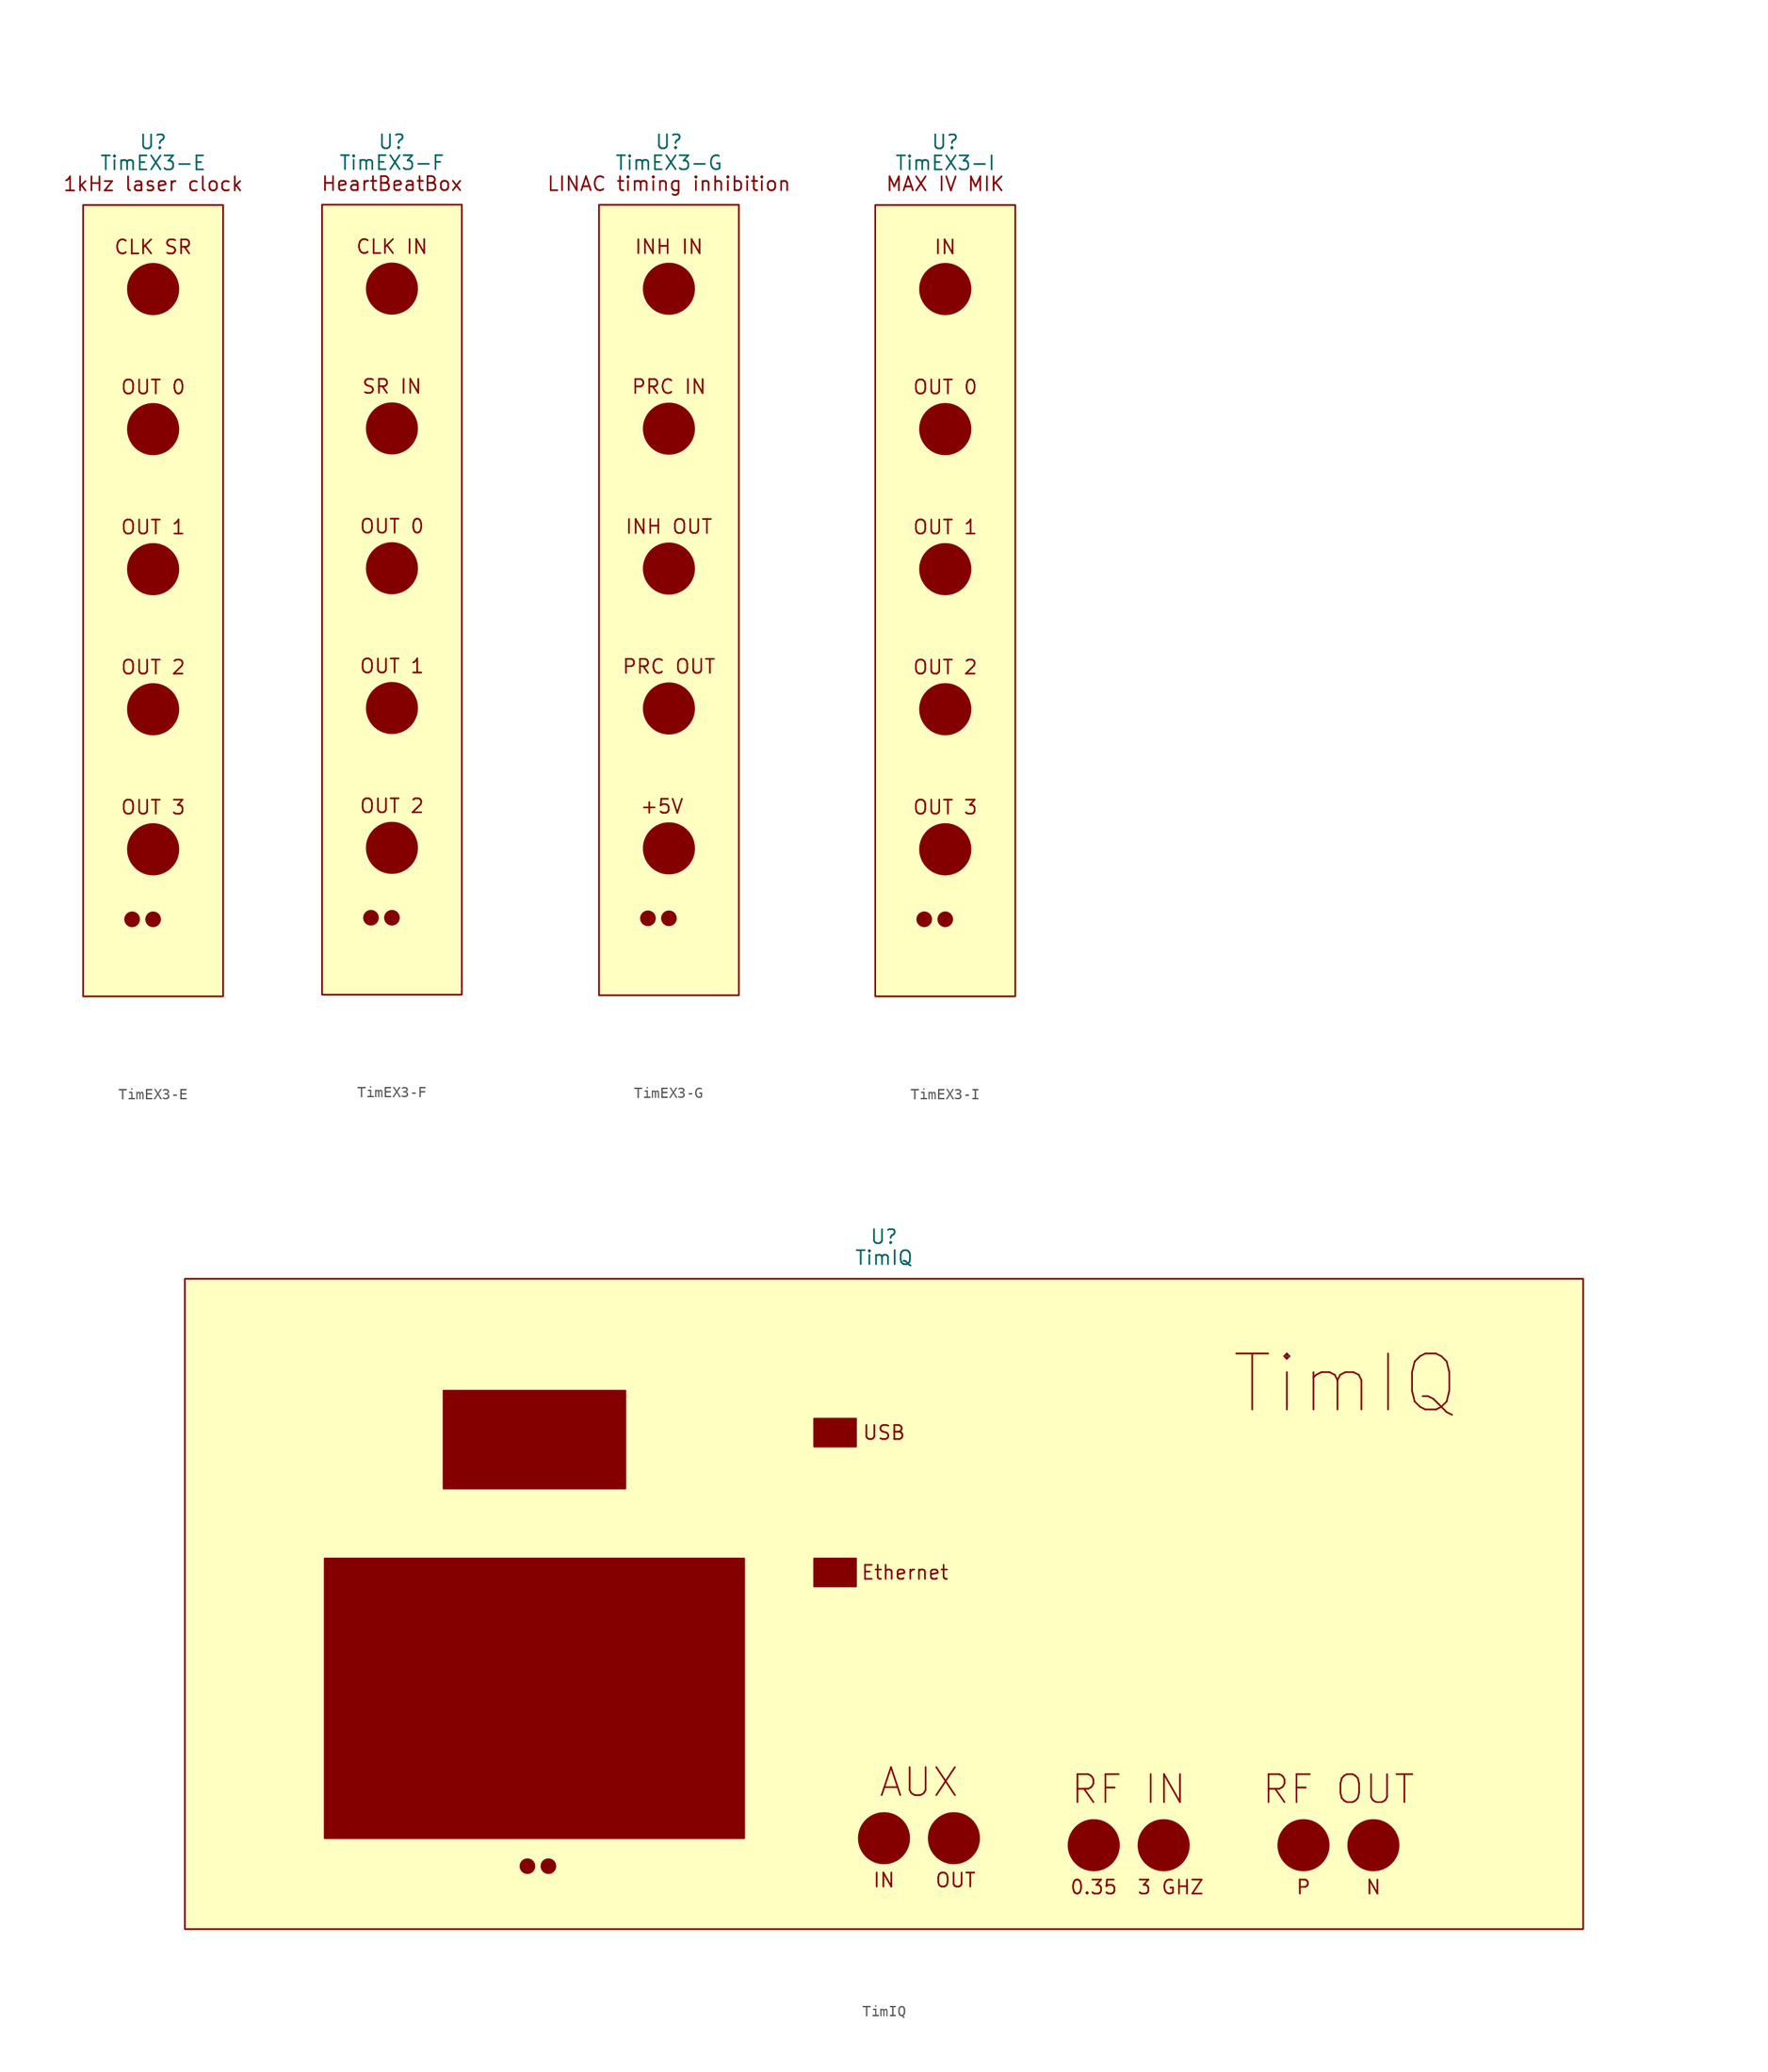
<source format=kicad_sym>
(kicad_symbol_lib
  (version 20211014)
  (generator kicad_symbol_editor)
  (symbol "TimEX3-E"
    (property "Reference" "U"
      (at 0 13.335 0)
      (effects (font (size 1.27 1.27))))
    (property "Value" "TimEX3-E"
      (at 0 11.43 0)
      (effects (font (size 1.27 1.27))))
    (symbol "TimEX3-E_0_0"
      (rectangle (start -6.35 7.62) (end 6.35 -64.135) (stroke (width 0.152) (type default) (color 0 0 0 0)) (fill (type background)))
      (circle (center -1.905 -57.15) (radius 0.635) (stroke (width 0.152) (type default) (color 0 0 0 0)) (fill (type outline)))
      (circle (center 0 -57.15) (radius 0.635) (stroke (width 0.152) (type default) (color 0 0 0 0)) (fill (type outline)))
      (text "1kHz laser clock" (at 0 9.525 0) (effects (font (size 1.27 1.27))))
      (text "CLK SR" (at 0 3.81 0) (effects (font (size 1.27 1.27))))
      (text "OUT 0" (at 0 -8.89 0) (effects (font (size 1.27 1.27))))
      (text "OUT 1" (at 0 -21.59 0) (effects (font (size 1.27 1.27))))
      (text "OUT 2" (at 0 -34.29 0) (effects (font (size 1.27 1.27))))
      (text "OUT 3" (at 0 -46.99 0) (effects (font (size 1.27 1.27)))))
    (symbol "TimEX3-E_0_1"
      (circle (center 0 -50.8) (radius 2.289) (stroke (width 0.152) (type default) (color 0 0 0 0)) (fill (type outline)))
      (circle (center 0 -38.1) (radius 2.289) (stroke (width 0.152) (type default) (color 0 0 0 0)) (fill (type outline)))
      (circle (center 0 -25.4) (radius 2.289) (stroke (width 0.152) (type default) (color 0 0 0 0)) (fill (type outline)))
      (circle (center 0 -12.7) (radius 2.289) (stroke (width 0.152) (type default) (color 0 0 0 0)) (fill (type outline)))
      (circle (center 0 0) (radius 2.289) (stroke (width 0.152) (type default) (color 0 0 0 0)) (fill (type outline))))
    (symbol "TimEX3-E_1_1"
      (pin input line (at 0 0 180) (length 2.54) hide (name "CLKSR" (effects (font (size 1.27 1.27)))) (number "1" (effects (font (size 1.27 1.27)))))
      (pin output line (at 0 -12.7 180) (length 2.54) hide (name "OUT0" (effects (font (size 1.27 1.27)))) (number "2" (effects (font (size 1.27 1.27)))))
      (pin output line (at 0 -25.4 180) (length 2.54) hide (name "OUT1" (effects (font (size 1.27 1.27)))) (number "3" (effects (font (size 1.27 1.27)))))
      (pin output line (at 0 -38.1 180) (length 2.54) hide (name "OUT2" (effects (font (size 1.27 1.27)))) (number "4" (effects (font (size 1.27 1.27)))))
      (pin output line (at 0 -50.8 180) (length 2.54) hide (name "OUT3" (effects (font (size 1.27 1.27)))) (number "5" (effects (font (size 1.27 1.27)))))))
  (symbol "TimEX3-F"
    (property "Reference" "U"
      (at 0 13.335 0)
      (effects (font (size 1.27 1.27))))
    (property "Value" "TimEX3-F"
      (at 0 11.43 0)
      (effects (font (size 1.27 1.27))))
    (symbol "TimEX3-F_0_0"
      (rectangle (start -6.35 7.62) (end 6.35 -64.135) (stroke (width 0.152) (type default) (color 0 0 0 0)) (fill (type background)))
      (circle (center -1.905 -57.15) (radius 0.635) (stroke (width 0.152) (type default) (color 0 0 0 0)) (fill (type outline)))
      (circle (center 0 -57.15) (radius 0.635) (stroke (width 0.152) (type default) (color 0 0 0 0)) (fill (type outline)))
      (text "CLK IN" (at 0 3.81 0) (effects (font (size 1.27 1.27))))
      (text "HeartBeatBox" (at 0 9.525 0) (effects (font (size 1.27 1.27))))
      (text "OUT 0" (at 0 -21.59 0) (effects (font (size 1.27 1.27))))
      (text "OUT 1" (at 0 -34.29 0) (effects (font (size 1.27 1.27))))
      (text "OUT 2" (at 0 -46.99 0) (effects (font (size 1.27 1.27))))
      (text "SR IN" (at 0 -8.89 0) (effects (font (size 1.27 1.27)))))
    (symbol "TimEX3-F_0_1"
      (circle (center 0 -50.8) (radius 2.289) (stroke (width 0.152) (type default) (color 0 0 0 0)) (fill (type outline)))
      (circle (center 0 -38.1) (radius 2.289) (stroke (width 0.152) (type default) (color 0 0 0 0)) (fill (type outline)))
      (circle (center 0 -25.4) (radius 2.289) (stroke (width 0.152) (type default) (color 0 0 0 0)) (fill (type outline)))
      (circle (center 0 -12.7) (radius 2.289) (stroke (width 0.152) (type default) (color 0 0 0 0)) (fill (type outline)))
      (circle (center 0 0) (radius 2.289) (stroke (width 0.152) (type default) (color 0 0 0 0)) (fill (type outline))))
    (symbol "TimEX3-F_1_1"
      (pin input line (at 0 0 180) (length 2.54) hide (name "CLKIN" (effects (font (size 1.27 1.27)))) (number "1" (effects (font (size 1.27 1.27)))))
      (pin input line (at 0 -12.7 180) (length 2.54) hide (name "SRIN" (effects (font (size 1.27 1.27)))) (number "2" (effects (font (size 1.27 1.27)))))
      (pin output line (at 0 -25.4 180) (length 2.54) hide (name "OUT0" (effects (font (size 1.27 1.27)))) (number "3" (effects (font (size 1.27 1.27)))))
      (pin output line (at 0 -38.1 180) (length 2.54) hide (name "OUT1" (effects (font (size 1.27 1.27)))) (number "4" (effects (font (size 1.27 1.27)))))
      (pin output line (at 0 -50.8 180) (length 2.54) hide (name "OUT2" (effects (font (size 1.27 1.27)))) (number "5" (effects (font (size 1.27 1.27)))))))
  (symbol "TimEX3-G"
    (property "Reference" "U"
      (at 0 13.335 0)
      (effects (font (size 1.27 1.27))))
    (property "Value" "TimEX3-G"
      (at 0 11.43 0)
      (effects (font (size 1.27 1.27))))
    (symbol "TimEX3-G_0_0"
      (rectangle (start -6.35 7.62) (end 6.35 -64.135) (stroke (width 0.152) (type default) (color 0 0 0 0)) (fill (type background)))
      (circle (center -1.905 -57.15) (radius 0.635) (stroke (width 0.152) (type default) (color 0 0 0 0)) (fill (type outline)))
      (circle (center 0 -57.15) (radius 0.635) (stroke (width 0.152) (type default) (color 0 0 0 0)) (fill (type outline)))
      (text "+5V" (at -0.635 -46.99 0) (effects (font (size 1.27 1.27))))
      (text "INH IN" (at 0 3.81 0) (effects (font (size 1.27 1.27))))
      (text "INH OUT" (at 0 -21.59 0) (effects (font (size 1.27 1.27))))
      (text "LINAC timing inhibition" (at 0 9.525 0) (effects (font (size 1.27 1.27))))
      (text "PRC IN" (at 0 -8.89 0) (effects (font (size 1.27 1.27))))
      (text "PRC OUT" (at 0 -34.29 0) (effects (font (size 1.27 1.27)))))
    (symbol "TimEX3-G_0_1"
      (circle (center 0 -50.8) (radius 2.289) (stroke (width 0.152) (type default) (color 0 0 0 0)) (fill (type outline)))
      (circle (center 0 -38.1) (radius 2.289) (stroke (width 0.152) (type default) (color 0 0 0 0)) (fill (type outline)))
      (circle (center 0 -25.4) (radius 2.289) (stroke (width 0.152) (type default) (color 0 0 0 0)) (fill (type outline)))
      (circle (center 0 -12.7) (radius 2.289) (stroke (width 0.152) (type default) (color 0 0 0 0)) (fill (type outline)))
      (circle (center 0 0) (radius 2.289) (stroke (width 0.152) (type default) (color 0 0 0 0)) (fill (type outline))))
    (symbol "TimEX3-G_1_1"
      (pin input line (at 0 0 180) (length 2.54) hide (name "INHIN" (effects (font (size 1.27 1.27)))) (number "1" (effects (font (size 1.27 1.27)))))
      (pin input line (at 0 -12.7 180) (length 2.54) hide (name "PRCIN" (effects (font (size 1.27 1.27)))) (number "2" (effects (font (size 1.27 1.27)))))
      (pin output line (at 0 -25.4 180) (length 2.54) hide (name "INHOUT" (effects (font (size 1.27 1.27)))) (number "3" (effects (font (size 1.27 1.27)))))
      (pin output line (at 0 -38.1 180) (length 2.54) hide (name "PRCOUT" (effects (font (size 1.27 1.27)))) (number "4" (effects (font (size 1.27 1.27)))))
      (pin output line (at 0 -50.8 180) (length 2.54) hide (name "+5V" (effects (font (size 1.27 1.27)))) (number "5" (effects (font (size 1.27 1.27)))))))
  (symbol "TimEX3-I"
    (property "Reference" "U"
      (at 0 13.335 0)
      (effects (font (size 1.27 1.27))))
    (property "Value" "TimEX3-I"
      (at 0 11.43 0)
      (effects (font (size 1.27 1.27))))
    (symbol "TimEX3-I_0_0"
      (rectangle (start -6.35 7.62) (end 6.35 -64.135) (stroke (width 0.152) (type default) (color 0 0 0 0)) (fill (type background)))
      (circle (center -1.905 -57.15) (radius 0.635) (stroke (width 0.152) (type default) (color 0 0 0 0)) (fill (type outline)))
      (circle (center 0 -57.15) (radius 0.635) (stroke (width 0.152) (type default) (color 0 0 0 0)) (fill (type outline)))
      (text "IN" (at 0 3.81 0) (effects (font (size 1.27 1.27))))
      (text "MAX IV MIK" (at 0 9.525 0) (effects (font (size 1.27 1.27))))
      (text "OUT 0" (at 0 -8.89 0) (effects (font (size 1.27 1.27))))
      (text "OUT 1" (at 0 -21.59 0) (effects (font (size 1.27 1.27))))
      (text "OUT 2" (at 0 -34.29 0) (effects (font (size 1.27 1.27))))
      (text "OUT 3" (at 0 -46.99 0) (effects (font (size 1.27 1.27)))))
    (symbol "TimEX3-I_0_1"
      (circle (center 0 -50.8) (radius 2.289) (stroke (width 0.152) (type default) (color 0 0 0 0)) (fill (type outline)))
      (circle (center 0 -38.1) (radius 2.289) (stroke (width 0.152) (type default) (color 0 0 0 0)) (fill (type outline)))
      (circle (center 0 -25.4) (radius 2.289) (stroke (width 0.152) (type default) (color 0 0 0 0)) (fill (type outline)))
      (circle (center 0 -12.7) (radius 2.289) (stroke (width 0.152) (type default) (color 0 0 0 0)) (fill (type outline)))
      (circle (center 0 0) (radius 2.289) (stroke (width 0.152) (type default) (color 0 0 0 0)) (fill (type outline))))
    (symbol "TimEX3-I_1_1"
      (pin input line (at 0 0 180) (length 2.54) hide (name "IN" (effects (font (size 1.27 1.27)))) (number "1" (effects (font (size 1.27 1.27)))))
      (pin output line (at 0 -12.7 180) (length 2.54) hide (name "OUT0" (effects (font (size 1.27 1.27)))) (number "2" (effects (font (size 1.27 1.27)))))
      (pin output line (at 0 -25.4 180) (length 2.54) hide (name "OUT1" (effects (font (size 1.27 1.27)))) (number "3" (effects (font (size 1.27 1.27)))))
      (pin output line (at 0 -38.1 180) (length 2.54) hide (name "OUT2" (effects (font (size 1.27 1.27)))) (number "4" (effects (font (size 1.27 1.27)))))
      (pin output line (at 0 -50.8 180) (length 2.54) hide (name "OUT3" (effects (font (size 1.27 1.27)))) (number "5" (effects (font (size 1.27 1.27)))))))
  (symbol "TimIQ"
    (property "Reference" "U"
      (at 0 54.61 0)
      (effects (font (size 1.27 1.27))))
    (property "Value" "TimIQ"
      (at 0 52.705 0)
      (effects (font (size 1.27 1.27))))
    (symbol "TimIQ_0_0"
      (rectangle (start -63.5 50.8) (end 63.5 -8.255) (stroke (width 0.152) (type default) (color 0 0 0 0)) (fill (type background)))
      (rectangle (start -50.8 25.4) (end -12.7 0) (stroke (width 0.152) (type default) (color 0 0 0 0)) (fill (type outline)))
      (rectangle (start -40.005 40.64) (end -23.495 31.75) (stroke (width 0.152) (type default) (color 0 0 0 0)) (fill (type outline)))
      (circle (center -32.385 -2.54) (radius 0.635) (stroke (width 0.152) (type default) (color 0 0 0 0)) (fill (type outline)))
      (circle (center -30.48 -2.54) (radius 0.635) (stroke (width 0.152) (type default) (color 0 0 0 0)) (fill (type outline)))
      (rectangle (start -6.35 25.4) (end -2.54 22.86) (stroke (width 0.152) (type default) (color 0 0 0 0)) (fill (type outline)))
      (rectangle (start -6.35 38.1) (end -2.54 35.56) (stroke (width 0.152) (type default) (color 0 0 0 0)) (fill (type outline)))
      (text "0.35" (at 19.05 -4.445 0) (effects (font (size 1.27 1.27))))
      (text "3 GHZ" (at 26.035 -4.445 0) (effects (font (size 1.27 1.27))))
      (text "AUX" (at 3.175 5.08 0) (effects (font (size 2.54 2.54))))
      (text "Ethernet" (at 1.905 24.13 0) (effects (font (size 1.27 1.27))))
      (text "IN" (at 0 -3.81 0) (effects (font (size 1.27 1.27))))
      (text "N" (at 44.45 -4.445 0) (effects (font (size 1.27 1.27))))
      (text "OUT " (at 6.985 -3.81 0) (effects (font (size 1.27 1.27))))
      (text "P" (at 38.1 -4.445 0) (effects (font (size 1.27 1.27))))
      (text "RF IN" (at 22.225 4.445 0) (effects (font (size 2.54 2.54))))
      (text "RF OUT" (at 41.275 4.445 0) (effects (font (size 2.54 2.54))))
      (text "TimIQ" (at 41.91 41.275 0) (effects (font (size 5.08 5.08))))
      (text "USB" (at 0 36.83 0) (effects (font (size 1.27 1.27)))))
    (symbol "TimIQ_0_1"
      (circle (center 0 0) (radius 2.289) (stroke (width 0.152) (type default) (color 0 0 0 0)) (fill (type outline)))
      (circle (center 6.35 0) (radius 2.289) (stroke (width 0.152) (type default) (color 0 0 0 0)) (fill (type outline)))
      (circle (center 19.05 -0.635) (radius 2.289) (stroke (width 0.152) (type default) (color 0 0 0 0)) (fill (type outline)))
      (circle (center 25.4 -0.635) (radius 2.289) (stroke (width 0.152) (type default) (color 0 0 0 0)) (fill (type outline)))
      (circle (center 38.1 -0.635) (radius 2.289) (stroke (width 0.152) (type default) (color 0 0 0 0)) (fill (type outline)))
      (circle (center 44.45 -0.635) (radius 2.289) (stroke (width 0.152) (type default) (color 0 0 0 0)) (fill (type outline))))
    (symbol "TimIQ_1_1"
      (pin input line (at 0 0 90) (length 2.54) hide (name "AUX_IN" (effects (font (size 1.27 1.27)))) (number "1" (effects (font (size 1.27 1.27)))))
      (pin output line (at 6.35 0 90) (length 2.54) hide (name "AUX_OUT" (effects (font (size 1.27 1.27)))) (number "2" (effects (font (size 1.27 1.27)))))
      (pin input line (at 19.05 -0.635 90) (length 2.54) hide (name "352MHZ_IN" (effects (font (size 1.27 1.27)))) (number "3" (effects (font (size 1.27 1.27)))))
      (pin input line (at 25.4 -0.635 90) (length 2.54) hide (name "3GHz_IN" (effects (font (size 1.27 1.27)))) (number "4" (effects (font (size 1.27 1.27)))))
      (pin output line (at 38.1 -0.635 90) (length 2.54) hide (name "P_OUT" (effects (font (size 1.27 1.27)))) (number "5" (effects (font (size 1.27 1.27)))))
      (pin output line (at 44.45 -0.635 90) (length 2.54) hide (name "N_OUT" (effects (font (size 1.27 1.27)))) (number "6" (effects (font (size 1.27 1.27)))))
      (pin bidirectional line (at -4.445 36.83 90) (length 2.54) hide (name "USB" (effects (font (size 1.27 1.27)))) (number "7" (effects (font (size 1.27 1.27)))))
      (pin bidirectional line (at -4.445 24.13 90) (length 2.54) hide (name "Ethernet" (effects (font (size 1.27 1.27)))) (number "8" (effects (font (size 1.27 1.27))))))))
</source>
